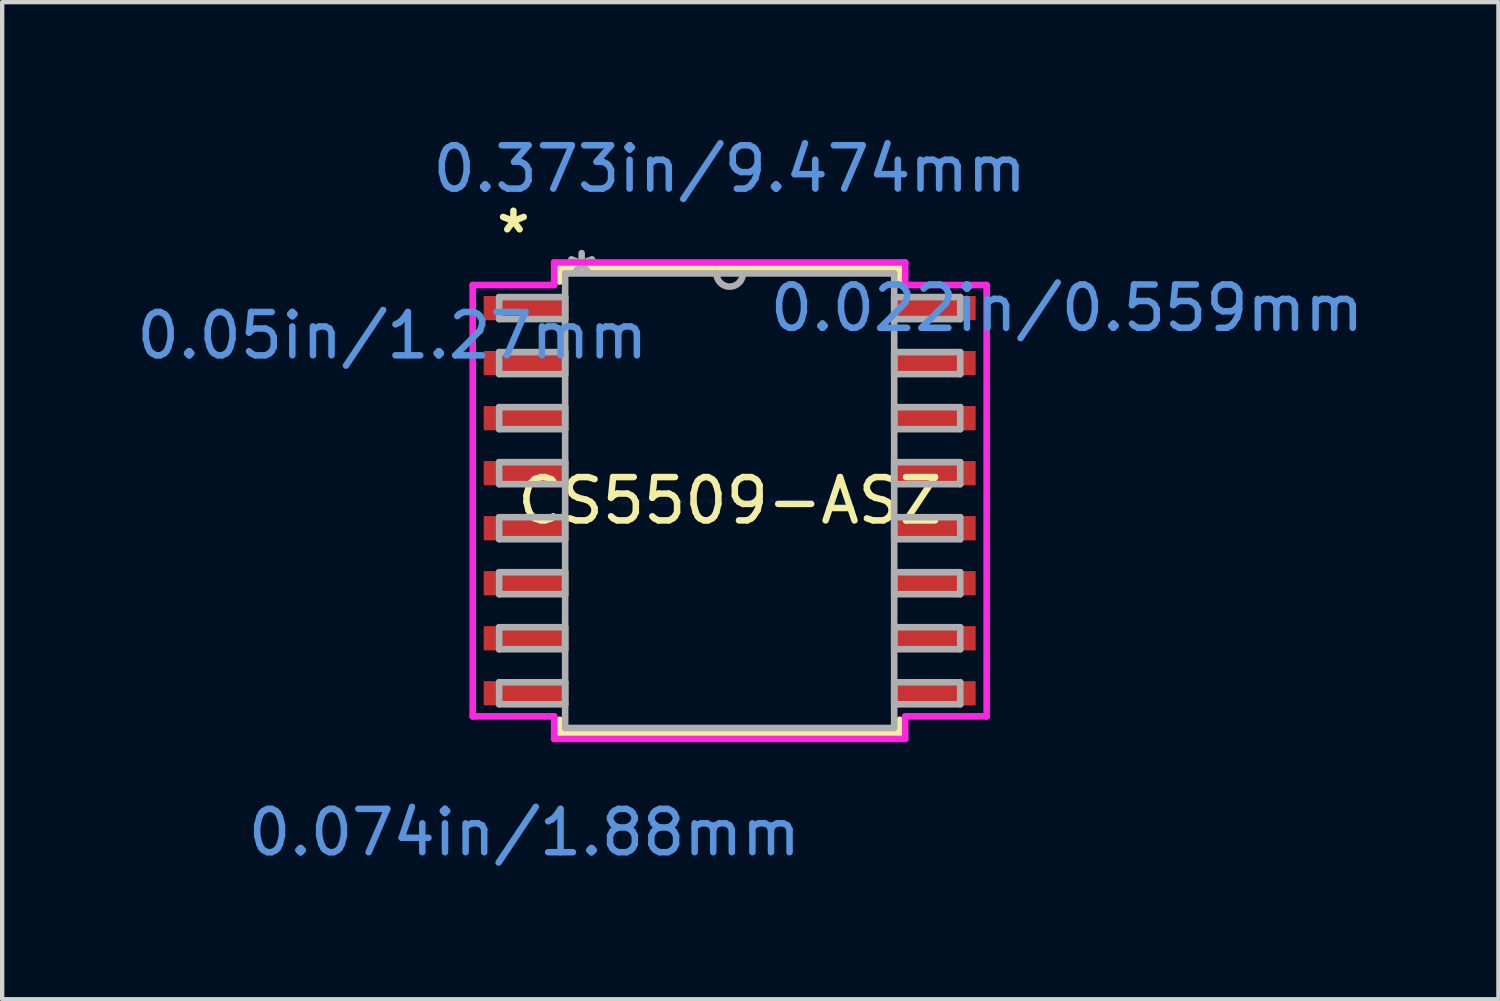
<source format=kicad_pcb>
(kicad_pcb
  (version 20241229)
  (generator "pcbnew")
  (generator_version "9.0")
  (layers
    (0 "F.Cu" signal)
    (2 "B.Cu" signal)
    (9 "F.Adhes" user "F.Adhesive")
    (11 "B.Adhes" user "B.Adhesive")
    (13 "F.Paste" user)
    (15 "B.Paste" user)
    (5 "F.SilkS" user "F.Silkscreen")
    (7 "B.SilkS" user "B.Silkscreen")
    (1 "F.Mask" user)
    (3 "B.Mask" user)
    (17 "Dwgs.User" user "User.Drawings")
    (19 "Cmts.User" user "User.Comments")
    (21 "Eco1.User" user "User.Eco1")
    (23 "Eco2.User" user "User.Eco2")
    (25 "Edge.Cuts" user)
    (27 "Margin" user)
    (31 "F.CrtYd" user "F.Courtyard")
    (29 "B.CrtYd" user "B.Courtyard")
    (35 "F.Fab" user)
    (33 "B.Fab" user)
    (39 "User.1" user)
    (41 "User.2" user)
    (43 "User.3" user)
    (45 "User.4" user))
  (footprint "CS5509-ASZ"
    (layer "F.Cu")
    (at 13.791 8.506)
    (property "Reference" "CS5509-ASZ" (at 0 0 0) (layer "F.SilkS") (effects (font (size 1 1) (thickness 0.15))))
    (attr through_hole)
    (fp_line (start -3.924 -5.372) (end -3.924 -5.057) (stroke (width 0.152) (type solid)) (layer "F.SilkS"))
    (fp_line (start -3.924 5.057) (end -3.924 5.372) (stroke (width 0.152) (type solid)) (layer "F.SilkS"))
    (fp_line (start -3.924 5.372) (end 3.924 5.372) (stroke (width 0.152) (type solid)) (layer "F.SilkS"))
    (fp_line (start 3.924 -5.372) (end -3.924 -5.372) (stroke (width 0.152) (type solid)) (layer "F.SilkS"))
    (fp_line (start 3.924 -5.057) (end 3.924 -5.372) (stroke (width 0.152) (type solid)) (layer "F.SilkS"))
    (fp_line (start 3.924 5.372) (end 3.924 5.057) (stroke (width 0.152) (type solid)) (layer "F.SilkS"))
    (fp_line (start -5.931 -4.978) (end -4.051 -4.978) (stroke (width 0.152) (type solid)) (layer "F.CrtYd"))
    (fp_line (start -5.931 4.978) (end -5.931 -4.978) (stroke (width 0.152) (type solid)) (layer "F.CrtYd"))
    (fp_line (start -5.931 4.978) (end -4.051 4.978) (stroke (width 0.152) (type solid)) (layer "F.CrtYd"))
    (fp_line (start -4.051 -5.499) (end 4.051 -5.499) (stroke (width 0.152) (type solid)) (layer "F.CrtYd"))
    (fp_line (start -4.051 -4.978) (end -4.051 -5.499) (stroke (width 0.152) (type solid)) (layer "F.CrtYd"))
    (fp_line (start -4.051 5.499) (end -4.051 4.978) (stroke (width 0.152) (type solid)) (layer "F.CrtYd"))
    (fp_line (start 4.051 -5.499) (end 4.051 -4.978) (stroke (width 0.152) (type solid)) (layer "F.CrtYd"))
    (fp_line (start 4.051 4.978) (end 4.051 5.499) (stroke (width 0.152) (type solid)) (layer "F.CrtYd"))
    (fp_line (start 4.051 5.499) (end -4.051 5.499) (stroke (width 0.152) (type solid)) (layer "F.CrtYd"))
    (fp_line (start 5.931 -4.978) (end 4.051 -4.978) (stroke (width 0.152) (type solid)) (layer "F.CrtYd"))
    (fp_line (start 5.931 -4.978) (end 5.931 4.978) (stroke (width 0.152) (type solid)) (layer "F.CrtYd"))
    (fp_line (start 5.931 4.978) (end 4.051 4.978) (stroke (width 0.152) (type solid)) (layer "F.CrtYd"))
    (fp_line (start -5.321 -4.699) (end -5.321 -4.191) (stroke (width 0.152) (type solid)) (layer "F.Fab"))
    (fp_line (start -5.321 -4.191) (end -3.797 -4.191) (stroke (width 0.152) (type solid)) (layer "F.Fab"))
    (fp_line (start -5.321 -3.429) (end -5.321 -2.921) (stroke (width 0.152) (type solid)) (layer "F.Fab"))
    (fp_line (start -5.321 -2.921) (end -3.797 -2.921) (stroke (width 0.152) (type solid)) (layer "F.Fab"))
    (fp_line (start -5.321 -2.159) (end -5.321 -1.651) (stroke (width 0.152) (type solid)) (layer "F.Fab"))
    (fp_line (start -5.321 -1.651) (end -3.797 -1.651) (stroke (width 0.152) (type solid)) (layer "F.Fab"))
    (fp_line (start -5.321 -0.889) (end -5.321 -0.381) (stroke (width 0.152) (type solid)) (layer "F.Fab"))
    (fp_line (start -5.321 -0.381) (end -3.797 -0.381) (stroke (width 0.152) (type solid)) (layer "F.Fab"))
    (fp_line (start -5.321 0.381) (end -5.321 0.889) (stroke (width 0.152) (type solid)) (layer "F.Fab"))
    (fp_line (start -5.321 0.889) (end -3.797 0.889) (stroke (width 0.152) (type solid)) (layer "F.Fab"))
    (fp_line (start -5.321 1.651) (end -5.321 2.159) (stroke (width 0.152) (type solid)) (layer "F.Fab"))
    (fp_line (start -5.321 2.159) (end -3.797 2.159) (stroke (width 0.152) (type solid)) (layer "F.Fab"))
    (fp_line (start -5.321 2.921) (end -5.321 3.429) (stroke (width 0.152) (type solid)) (layer "F.Fab"))
    (fp_line (start -5.321 3.429) (end -3.797 3.429) (stroke (width 0.152) (type solid)) (layer "F.Fab"))
    (fp_line (start -5.321 4.191) (end -5.321 4.699) (stroke (width 0.152) (type solid)) (layer "F.Fab"))
    (fp_line (start -5.321 4.699) (end -3.797 4.699) (stroke (width 0.152) (type solid)) (layer "F.Fab"))
    (fp_line (start -3.797 -5.245) (end -3.797 5.245) (stroke (width 0.152) (type solid)) (layer "F.Fab"))
    (fp_line (start -3.797 -4.699) (end -5.321 -4.699) (stroke (width 0.152) (type solid)) (layer "F.Fab"))
    (fp_line (start -3.797 -4.191) (end -3.797 -4.699) (stroke (width 0.152) (type solid)) (layer "F.Fab"))
    (fp_line (start -3.797 -3.429) (end -5.321 -3.429) (stroke (width 0.152) (type solid)) (layer "F.Fab"))
    (fp_line (start -3.797 -2.921) (end -3.797 -3.429) (stroke (width 0.152) (type solid)) (layer "F.Fab"))
    (fp_line (start -3.797 -2.159) (end -5.321 -2.159) (stroke (width 0.152) (type solid)) (layer "F.Fab"))
    (fp_line (start -3.797 -1.651) (end -3.797 -2.159) (stroke (width 0.152) (type solid)) (layer "F.Fab"))
    (fp_line (start -3.797 -0.889) (end -5.321 -0.889) (stroke (width 0.152) (type solid)) (layer "F.Fab"))
    (fp_line (start -3.797 -0.381) (end -3.797 -0.889) (stroke (width 0.152) (type solid)) (layer "F.Fab"))
    (fp_line (start -3.797 0.381) (end -5.321 0.381) (stroke (width 0.152) (type solid)) (layer "F.Fab"))
    (fp_line (start -3.797 0.889) (end -3.797 0.381) (stroke (width 0.152) (type solid)) (layer "F.Fab"))
    (fp_line (start -3.797 1.651) (end -5.321 1.651) (stroke (width 0.152) (type solid)) (layer "F.Fab"))
    (fp_line (start -3.797 2.159) (end -3.797 1.651) (stroke (width 0.152) (type solid)) (layer "F.Fab"))
    (fp_line (start -3.797 2.921) (end -5.321 2.921) (stroke (width 0.152) (type solid)) (layer "F.Fab"))
    (fp_line (start -3.797 3.429) (end -3.797 2.921) (stroke (width 0.152) (type solid)) (layer "F.Fab"))
    (fp_line (start -3.797 4.191) (end -5.321 4.191) (stroke (width 0.152) (type solid)) (layer "F.Fab"))
    (fp_line (start -3.797 4.699) (end -3.797 4.191) (stroke (width 0.152) (type solid)) (layer "F.Fab"))
    (fp_line (start -3.797 5.245) (end 3.797 5.245) (stroke (width 0.152) (type solid)) (layer "F.Fab"))
    (fp_line (start 3.797 -5.245) (end -3.797 -5.245) (stroke (width 0.152) (type solid)) (layer "F.Fab"))
    (fp_line (start 3.797 -4.699) (end 3.797 -4.191) (stroke (width 0.152) (type solid)) (layer "F.Fab"))
    (fp_line (start 3.797 -4.191) (end 5.321 -4.191) (stroke (width 0.152) (type solid)) (layer "F.Fab"))
    (fp_line (start 3.797 -3.429) (end 3.797 -2.921) (stroke (width 0.152) (type solid)) (layer "F.Fab"))
    (fp_line (start 3.797 -2.921) (end 5.321 -2.921) (stroke (width 0.152) (type solid)) (layer "F.Fab"))
    (fp_line (start 3.797 -2.159) (end 3.797 -1.651) (stroke (width 0.152) (type solid)) (layer "F.Fab"))
    (fp_line (start 3.797 -1.651) (end 5.321 -1.651) (stroke (width 0.152) (type solid)) (layer "F.Fab"))
    (fp_line (start 3.797 -0.889) (end 3.797 -0.381) (stroke (width 0.152) (type solid)) (layer "F.Fab"))
    (fp_line (start 3.797 -0.381) (end 5.321 -0.381) (stroke (width 0.152) (type solid)) (layer "F.Fab"))
    (fp_line (start 3.797 0.381) (end 3.797 0.889) (stroke (width 0.152) (type solid)) (layer "F.Fab"))
    (fp_line (start 3.797 0.889) (end 5.321 0.889) (stroke (width 0.152) (type solid)) (layer "F.Fab"))
    (fp_line (start 3.797 1.651) (end 3.797 2.159) (stroke (width 0.152) (type solid)) (layer "F.Fab"))
    (fp_line (start 3.797 2.159) (end 5.321 2.159) (stroke (width 0.152) (type solid)) (layer "F.Fab"))
    (fp_line (start 3.797 2.921) (end 3.797 3.429) (stroke (width 0.152) (type solid)) (layer "F.Fab"))
    (fp_line (start 3.797 3.429) (end 5.321 3.429) (stroke (width 0.152) (type solid)) (layer "F.Fab"))
    (fp_line (start 3.797 4.191) (end 3.797 4.699) (stroke (width 0.152) (type solid)) (layer "F.Fab"))
    (fp_line (start 3.797 4.699) (end 5.321 4.699) (stroke (width 0.152) (type solid)) (layer "F.Fab"))
    (fp_line (start 3.797 5.245) (end 3.797 -5.245) (stroke (width 0.152) (type solid)) (layer "F.Fab"))
    (fp_line (start 5.321 -4.699) (end 3.797 -4.699) (stroke (width 0.152) (type solid)) (layer "F.Fab"))
    (fp_line (start 5.321 -4.191) (end 5.321 -4.699) (stroke (width 0.152) (type solid)) (layer "F.Fab"))
    (fp_line (start 5.321 -3.429) (end 3.797 -3.429) (stroke (width 0.152) (type solid)) (layer "F.Fab"))
    (fp_line (start 5.321 -2.921) (end 5.321 -3.429) (stroke (width 0.152) (type solid)) (layer "F.Fab"))
    (fp_line (start 5.321 -2.159) (end 3.797 -2.159) (stroke (width 0.152) (type solid)) (layer "F.Fab"))
    (fp_line (start 5.321 -1.651) (end 5.321 -2.159) (stroke (width 0.152) (type solid)) (layer "F.Fab"))
    (fp_line (start 5.321 -0.889) (end 3.797 -0.889) (stroke (width 0.152) (type solid)) (layer "F.Fab"))
    (fp_line (start 5.321 -0.381) (end 5.321 -0.889) (stroke (width 0.152) (type solid)) (layer "F.Fab"))
    (fp_line (start 5.321 0.381) (end 3.797 0.381) (stroke (width 0.152) (type solid)) (layer "F.Fab"))
    (fp_line (start 5.321 0.889) (end 5.321 0.381) (stroke (width 0.152) (type solid)) (layer "F.Fab"))
    (fp_line (start 5.321 1.651) (end 3.797 1.651) (stroke (width 0.152) (type solid)) (layer "F.Fab"))
    (fp_line (start 5.321 2.159) (end 5.321 1.651) (stroke (width 0.152) (type solid)) (layer "F.Fab"))
    (fp_line (start 5.321 2.921) (end 3.797 2.921) (stroke (width 0.152) (type solid)) (layer "F.Fab"))
    (fp_line (start 5.321 3.429) (end 5.321 2.921) (stroke (width 0.152) (type solid)) (layer "F.Fab"))
    (fp_line (start 5.321 4.191) (end 3.797 4.191) (stroke (width 0.152) (type solid)) (layer "F.Fab"))
    (fp_line (start 5.321 4.699) (end 5.321 4.191) (stroke (width 0.152) (type solid)) (layer "F.Fab"))
    (fp_arc (start 0.3048 -5.2451) (mid 0 -4.9403) (end -0.3048 -5.2451) (stroke (width 0.1524) (type solid)) (layer "F.Fab"))
    (fp_text user "*" (at -4.991 -6.147 0) (layer "F.SilkS") (effects (font (size 1 1) (thickness 0.15))))
    (fp_text user "Copyright 2016 Accelerated Designs. All rights reserved." (at 0 0 0) (layer "Cmts.User") (effects (font (size 0.127 0.127) (thickness 0.002))))
    (fp_text user "0.074in/1.88mm" (at -4.737 7.658 0) (layer "Cmts.User") (effects (font (size 1 1) (thickness 0.15))))
    (fp_text user "0.022in/0.559mm" (at 7.785 -4.445 0) (layer "Cmts.User") (effects (font (size 1 1) (thickness 0.15))))
    (fp_text user "0.373in/9.474mm" (at 0 -7.658 0) (layer "Cmts.User") (effects (font (size 1 1) (thickness 0.15))))
    (fp_text user "0.05in/1.27mm" (at -7.785 -3.81 0) (layer "Cmts.User") (effects (font (size 1 1) (thickness 0.15))))
    (fp_text user "*" (at -3.416 -5.169 0) (layer "F.Fab") (effects (font (size 1 1) (thickness 0.15))))
    (pad "1" smd rect (at -4.737 -4.445) (size 1.88 0.559) (layers "F.Cu" "F.Mask" "F.Paste"))
    (pad "2" smd rect (at -4.737 -3.175) (size 1.88 0.559) (layers "F.Cu" "F.Mask" "F.Paste"))
    (pad "3" smd rect (at -4.737 -1.905) (size 1.88 0.559) (layers "F.Cu" "F.Mask" "F.Paste"))
    (pad "4" smd rect (at -4.737 -0.635) (size 1.88 0.559) (layers "F.Cu" "F.Mask" "F.Paste"))
    (pad "5" smd rect (at -4.737 0.635) (size 1.88 0.559) (layers "F.Cu" "F.Mask" "F.Paste"))
    (pad "6" smd rect (at -4.737 1.905) (size 1.88 0.559) (layers "F.Cu" "F.Mask" "F.Paste"))
    (pad "7" smd rect (at -4.737 3.175) (size 1.88 0.559) (layers "F.Cu" "F.Mask" "F.Paste"))
    (pad "8" smd rect (at -4.737 4.445) (size 1.88 0.559) (layers "F.Cu" "F.Mask" "F.Paste"))
    (pad "9" smd rect (at 4.737 4.445) (size 1.88 0.559) (layers "F.Cu" "F.Mask" "F.Paste"))
    (pad "10" smd rect (at 4.737 3.175) (size 1.88 0.559) (layers "F.Cu" "F.Mask" "F.Paste"))
    (pad "11" smd rect (at 4.737 1.905) (size 1.88 0.559) (layers "F.Cu" "F.Mask" "F.Paste"))
    (pad "12" smd rect (at 4.737 0.635) (size 1.88 0.559) (layers "F.Cu" "F.Mask" "F.Paste"))
    (pad "13" smd rect (at 4.737 -0.635) (size 1.88 0.559) (layers "F.Cu" "F.Mask" "F.Paste"))
    (pad "14" smd rect (at 4.737 -1.905) (size 1.88 0.559) (layers "F.Cu" "F.Mask" "F.Paste"))
    (pad "15" smd rect (at 4.737 -3.175) (size 1.88 0.559) (layers "F.Cu" "F.Mask" "F.Paste"))
    (pad "16" smd rect (at 4.737 -4.445) (size 1.88 0.559) (layers "F.Cu" "F.Mask" "F.Paste")))
  (gr_rect
    (start -3 -3)
    (end 31.534 20.013)
    (stroke (width 0.1) (type default))
    (fill no)
    (layer "Edge.Cuts")))
</source>
